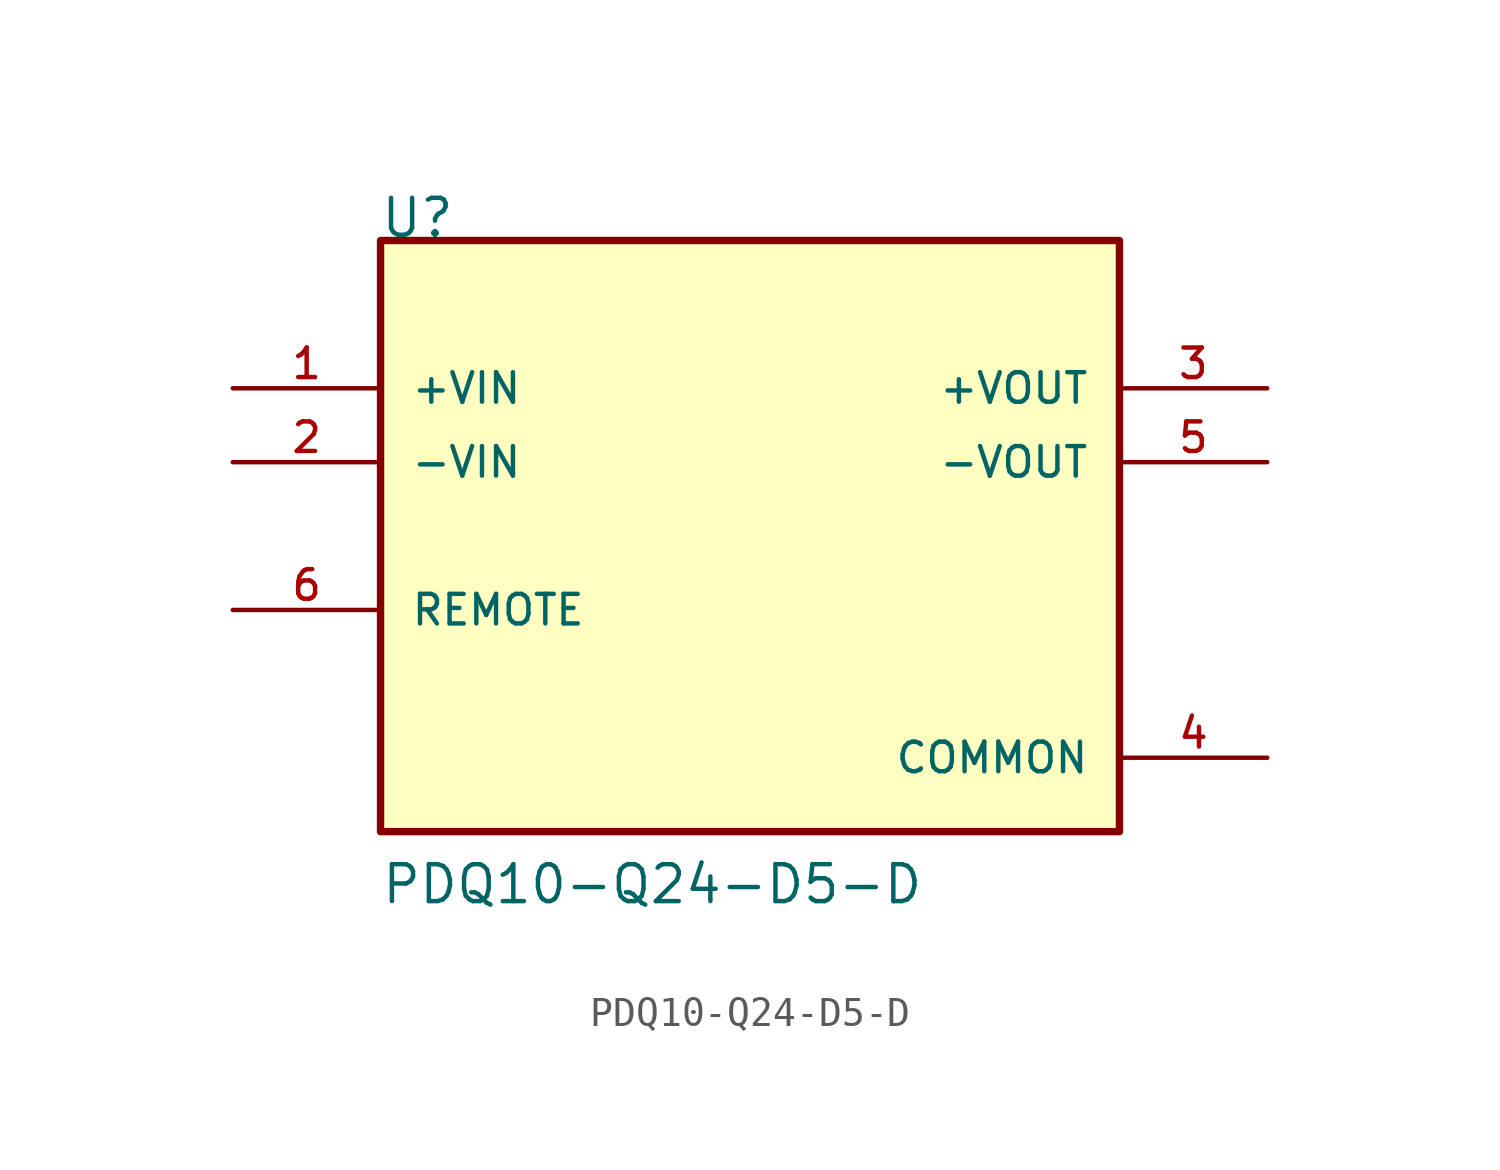
<source format=kicad_sym>
(kicad_symbol_lib
  (version 20211014)
  (generator kicad_symbol_editor)
  (symbol "PDQ10-Q24-D5-D"
    (pin_names
      (offset 1.016))
    (property "Reference" "U"
      (at -12.742 10.194 0)
      (effects (font (size 1.27 1.27)) (justify bottom left)))
    (property "Value" "PDQ10-Q24-D5-D"
      (at -12.711 -12.711 0)
      (effects (font (size 1.27 1.27)) (justify bottom left)))
    (symbol "PDQ10-Q24-D5-D_0_0"
      (rectangle (start -12.7 -10.16) (end 12.7 10.16) (stroke (width 0.254)) (fill (type background)))
      (pin input line (at -17.78 5.08 0) (length 5.08) (name "+VIN" (effects (font (size 1.016 1.016)))) (number "1" (effects (font (size 1.016 1.016)))))
      (pin input line (at -17.78 2.54 0) (length 5.08) (name "-VIN" (effects (font (size 1.016 1.016)))) (number "2" (effects (font (size 1.016 1.016)))))
      (pin output line (at 17.78 5.08 180.0) (length 5.08) (name "+VOUT" (effects (font (size 1.016 1.016)))) (number "3" (effects (font (size 1.016 1.016)))))
      (pin power_in line (at 17.78 -7.62 180.0) (length 5.08) (name "COMMON" (effects (font (size 1.016 1.016)))) (number "4" (effects (font (size 1.016 1.016)))))
      (pin output line (at 17.78 2.54 180.0) (length 5.08) (name "-VOUT" (effects (font (size 1.016 1.016)))) (number "5" (effects (font (size 1.016 1.016)))))
      (pin input line (at -17.78 -2.54 0) (length 5.08) (name "REMOTE" (effects (font (size 1.016 1.016)))) (number "6" (effects (font (size 1.016 1.016))))))))
</source>
